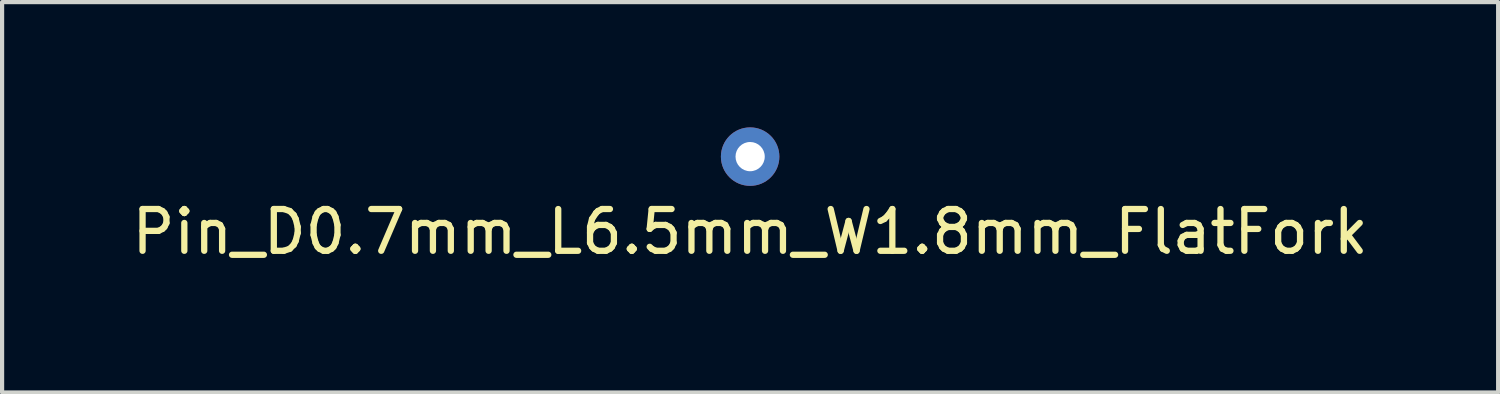
<source format=kicad_pcb>
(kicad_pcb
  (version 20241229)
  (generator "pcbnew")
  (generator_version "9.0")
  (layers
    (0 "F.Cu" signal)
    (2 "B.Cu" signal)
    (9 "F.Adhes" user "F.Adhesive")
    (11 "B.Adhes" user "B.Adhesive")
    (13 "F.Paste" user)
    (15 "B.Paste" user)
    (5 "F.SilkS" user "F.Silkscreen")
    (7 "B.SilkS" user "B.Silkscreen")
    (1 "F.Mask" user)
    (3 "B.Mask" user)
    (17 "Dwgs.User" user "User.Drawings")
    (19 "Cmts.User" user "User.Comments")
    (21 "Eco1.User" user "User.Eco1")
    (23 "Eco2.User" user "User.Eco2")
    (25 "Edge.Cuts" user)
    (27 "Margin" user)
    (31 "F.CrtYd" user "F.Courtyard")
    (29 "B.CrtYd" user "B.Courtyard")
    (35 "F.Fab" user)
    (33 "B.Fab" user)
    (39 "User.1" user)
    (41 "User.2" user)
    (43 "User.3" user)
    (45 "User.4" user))
  (footprint "Pin_D0.7mm_L6.5mm_W1.8mm_FlatFork"
    (layer "F.Cu")
    (at 14.911 0.7)
    (property "Reference" "Pin_D0.7mm_L6.5mm_W1.8mm_FlatFork" (at 0 1.8 0) (layer "F.SilkS") (effects (font (size 1 1) (thickness 0.15))))
    (attr through_hole)
    (pad "1" thru_hole circle (at 0 0) (size 1.4 1.4) (drill 0.7) (layers "*.Cu" "*.Mask")))
  (gr_rect
    (start -3 -3)
    (end 32.821 6.348)
    (stroke (width 0.1) (type default))
    (fill no)
    (layer "Edge.Cuts")))
</source>
